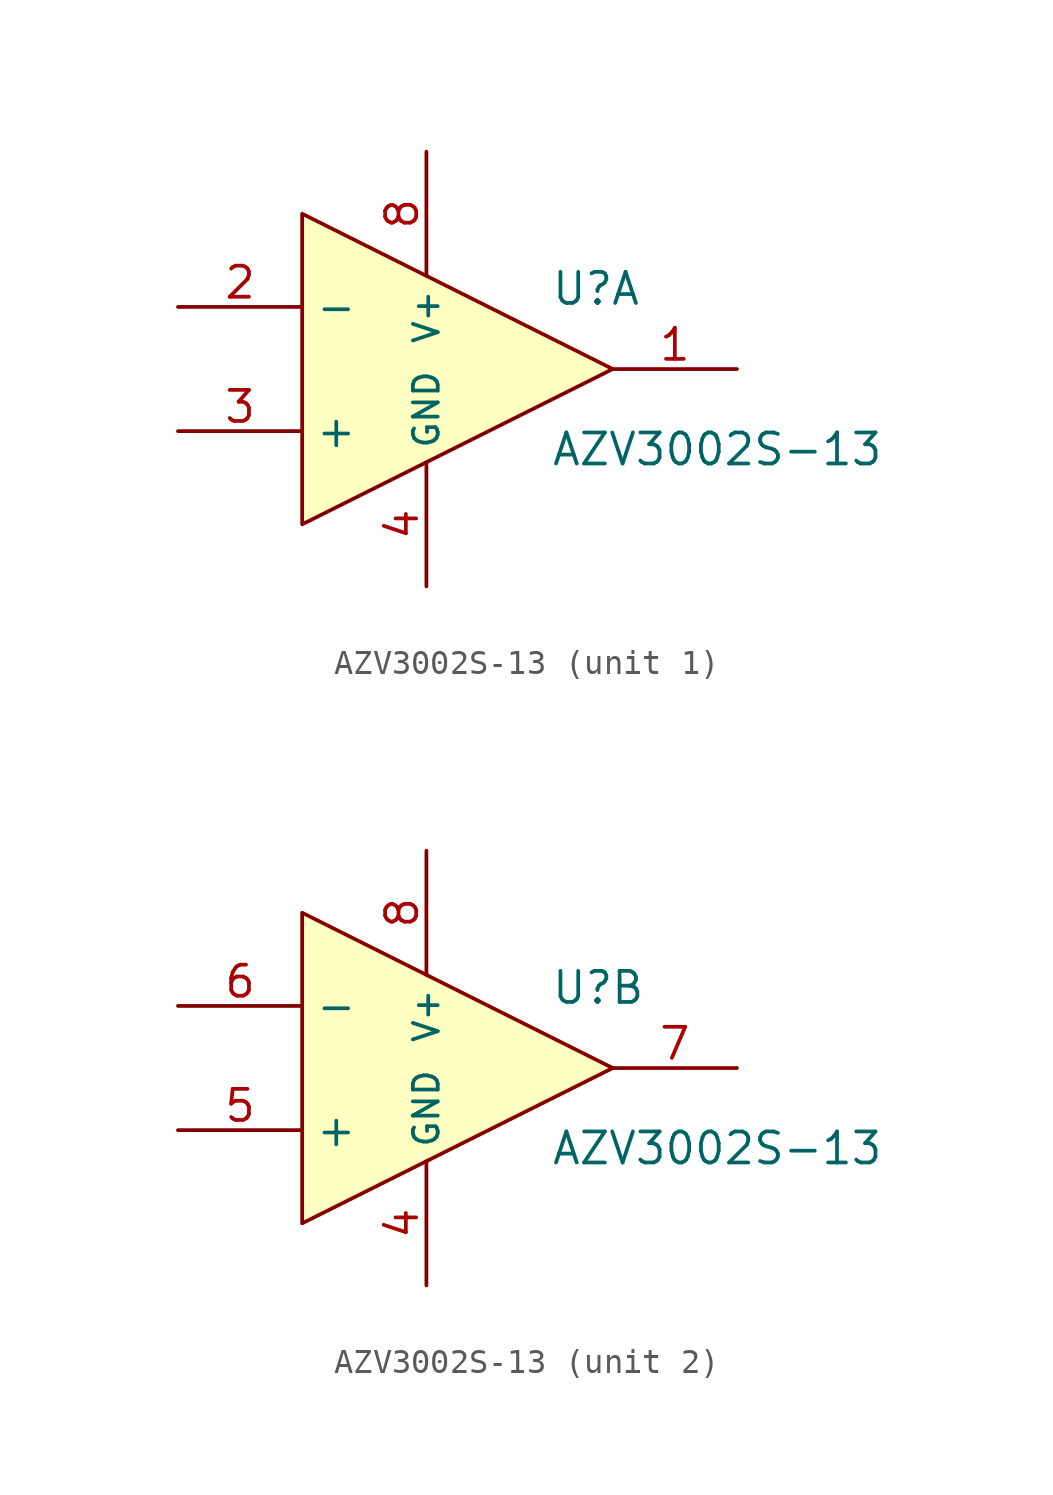
<source format=kicad_sym>
(kicad_symbol_lib
  (version 20241209)
  (generator "kicad_symbol_editor")
  (generator_version "9.0")
  (symbol "AZV3002S-13"
    (property "Reference" "U"
      (at 10.16 2.54 0)
      (effects (font (size 1.27 1.27)) (justify left bottom)))
    (property "Value" "AZV3002S-13"
      (at 10.16 -2.54 0)
      (effects (font (size 1.27 1.27)) (justify left top)))
    (symbol "AZV3002S-13_0_1"
      (polyline (pts (xy 0 -6.35) (xy 12.7 0) (xy 0 6.35) (xy 0 -6.35)) (stroke (width 0) (type solid)) (fill (type background)))
      (pin passive line (at 5.08 8.89 270) (length 5.08) (name "V+" (effects (font (size 1.016 1.016)))) (number "8" (effects (font (size 1.27 1.27)))))
      (pin passive line (at 5.08 -8.89 90) (length 5.08) (name "GND" (effects (font (size 1.016 1.016)))) (number "4" (effects (font (size 1.27 1.27))))))
    (symbol "AZV3002S-13_1_1"
      (pin passive line (at -5.08 2.54 0) (length 5.08) (name "-" (effects (font (size 1.27 1.27)))) (number "2" (effects (font (size 1.27 1.27)))))
      (pin passive line (at -5.08 -2.54 0) (length 5.08) (name "+" (effects (font (size 1.27 1.27)))) (number "3" (effects (font (size 1.27 1.27)))))
      (pin passive line (at 17.78 0 180) (length 5.08) (name "" (effects (font (size 1.27 1.27)))) (number "1" (effects (font (size 1.27 1.27))))))
    (symbol "AZV3002S-13_2_1"
      (pin passive line (at -5.08 2.54 0) (length 5.08) (name "-" (effects (font (size 1.27 1.27)))) (number "6" (effects (font (size 1.27 1.27)))))
      (pin passive line (at -5.08 -2.54 0) (length 5.08) (name "+" (effects (font (size 1.27 1.27)))) (number "5" (effects (font (size 1.27 1.27)))))
      (pin passive line (at 17.78 0 180) (length 5.08) (name "" (effects (font (size 1.27 1.27)))) (number "7" (effects (font (size 1.27 1.27))))))))
</source>
